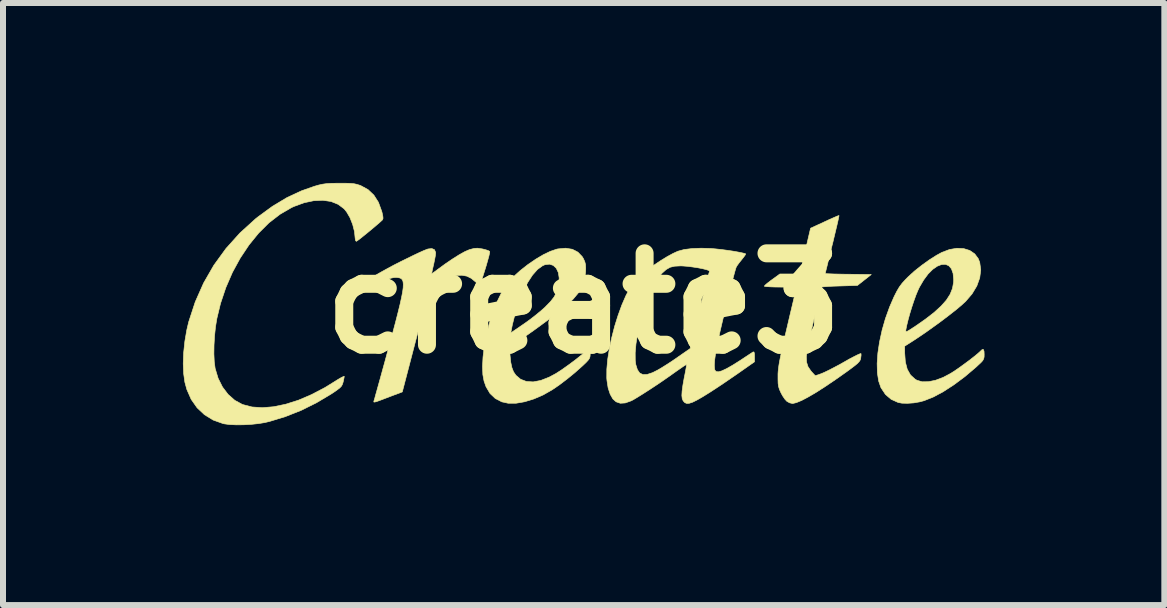
<source format=kicad_pcb>
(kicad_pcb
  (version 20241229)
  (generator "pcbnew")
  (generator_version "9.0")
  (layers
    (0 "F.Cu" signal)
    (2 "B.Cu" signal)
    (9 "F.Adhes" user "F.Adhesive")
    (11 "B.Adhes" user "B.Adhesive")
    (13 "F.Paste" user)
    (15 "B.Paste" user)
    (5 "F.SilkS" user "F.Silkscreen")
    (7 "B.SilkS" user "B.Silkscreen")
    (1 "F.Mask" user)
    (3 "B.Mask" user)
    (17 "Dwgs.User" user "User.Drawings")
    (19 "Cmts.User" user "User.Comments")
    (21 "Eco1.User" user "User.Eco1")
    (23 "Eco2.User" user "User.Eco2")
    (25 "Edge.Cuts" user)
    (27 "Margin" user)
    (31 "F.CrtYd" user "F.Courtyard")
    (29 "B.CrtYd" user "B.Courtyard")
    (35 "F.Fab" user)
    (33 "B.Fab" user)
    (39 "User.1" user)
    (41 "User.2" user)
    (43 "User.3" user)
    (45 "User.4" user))
  (footprint "create3"
    (layer "F.Cu")
    (at 6.681 2.008)
    (property "Reference" "create3" (at 0 0 0) (layer "F.SilkS") (effects (font (size 1.524 1.524) (thickness 0.3))))
    (attr through_hole)
    (fp_poly (pts (xy -1.708 -0.911) (xy -1.684 -0.907) (xy -1.626 -0.892) (xy -1.582 -0.876) (xy -1.567 -0.866) (xy -1.568 -0.844) (xy -1.579 -0.793) (xy -1.599 -0.72) (xy -1.624 -0.632) (xy -1.643 -0.57) (xy -1.731 -0.29) (xy -1.795 -0.352) (xy -1.873 -0.417) (xy -1.947 -0.454) (xy -2.029 -0.469) (xy -2.105 -0.467) (xy -2.215 -0.45) (xy -2.321 -0.411) (xy -2.344 -0.4) (xy -2.392 -0.377) (xy -2.433 -0.357) (xy -2.467 -0.338) (xy -2.497 -0.315) (xy -2.523 -0.286) (xy -2.547 -0.247) (xy -2.571 -0.197) (xy -2.595 -0.131) (xy -2.622 -0.047) (xy -2.652 0.059) (xy -2.688 0.189) (xy -2.729 0.347) (xy -2.778 0.536) (xy -2.799 0.615) (xy -3.024 1.476) (xy -3.231 1.554) (xy -3.333 1.593) (xy -3.407 1.621) (xy -3.455 1.638) (xy -3.484 1.645) (xy -3.497 1.645) (xy -3.499 1.638) (xy -3.496 1.625) (xy -3.495 1.621) (xy -3.487 1.596) (xy -3.472 1.54) (xy -3.449 1.458) (xy -3.42 1.354) (xy -3.386 1.232) (xy -3.349 1.097) (xy -3.319 0.989) (xy -3.25 0.734) (xy -3.189 0.512) (xy -3.138 0.32) (xy -3.096 0.156) (xy -3.062 0.018) (xy -3.037 -0.096) (xy -3.019 -0.188) (xy -3.009 -0.262) (xy -3.007 -0.319) (xy -3.011 -0.361) (xy -3.022 -0.391) (xy -3.039 -0.411) (xy -3.063 -0.423) (xy -3.092 -0.429) (xy -3.118 -0.432) (xy -3.162 -0.431) (xy -3.21 -0.421) (xy -3.271 -0.399) (xy -3.353 -0.361) (xy -3.369 -0.354) (xy -3.44 -0.32) (xy -3.499 -0.294) (xy -3.537 -0.279) (xy -3.549 -0.278) (xy -3.552 -0.299) (xy -3.548 -0.342) (xy -3.545 -0.36) (xy -3.539 -0.393) (xy -3.527 -0.419) (xy -3.505 -0.443) (xy -3.466 -0.471) (xy -3.404 -0.507) (xy -3.356 -0.534) (xy -3.267 -0.583) (xy -3.165 -0.638) (xy -3.055 -0.694) (xy -2.943 -0.749) (xy -2.837 -0.801) (xy -2.742 -0.846) (xy -2.664 -0.881) (xy -2.61 -0.902) (xy -2.596 -0.907) (xy -2.531 -0.914) (xy -2.487 -0.895) (xy -2.469 -0.852) (xy -2.468 -0.838) (xy -2.472 -0.798) (xy -2.484 -0.734) (xy -2.499 -0.66) (xy -2.503 -0.644) (xy -2.518 -0.577) (xy -2.529 -0.526) (xy -2.534 -0.498) (xy -2.534 -0.496) (xy -2.519 -0.504) (xy -2.483 -0.529) (xy -2.436 -0.564) (xy -2.309 -0.657) (xy -2.187 -0.74) (xy -2.076 -0.81) (xy -1.981 -0.863) (xy -1.907 -0.895) (xy -1.894 -0.899) (xy -1.827 -0.916) (xy -1.771 -0.92) (xy -1.708 -0.911)) (stroke (width 0.01) (type solid)) (fill yes) (layer "F.SilkS"))
    (fp_poly (pts (xy -0.189 -0.902) (xy -0.096 -0.854) (xy -0.024 -0.779) (xy -0.003 -0.744) (xy 0.019 -0.694) (xy 0.031 -0.647) (xy 0.034 -0.588) (xy 0.032 -0.523) (xy 0.015 -0.399) (xy -0.022 -0.287) (xy -0.084 -0.181) (xy -0.174 -0.073) (xy -0.231 -0.016) (xy -0.293 0.039) (xy -0.378 0.109) (xy -0.482 0.19) (xy -0.597 0.278) (xy -0.718 0.367) (xy -0.839 0.455) (xy -0.953 0.535) (xy -1.054 0.603) (xy -1.122 0.646) (xy -1.237 0.717) (xy -1.228 0.862) (xy -1.216 0.98) (xy -1.197 1.07) (xy -1.17 1.14) (xy -1.131 1.197) (xy -1.131 1.198) (xy -1.052 1.265) (xy -0.955 1.302) (xy -0.842 1.309) (xy -0.715 1.285) (xy -0.575 1.23) (xy -0.463 1.17) (xy -0.364 1.106) (xy -0.25 1.025) (xy -0.133 0.938) (xy -0.027 0.853) (xy -0.011 0.839) (xy 0.038 0.8) (xy 0.076 0.772) (xy 0.094 0.762) (xy 0.103 0.778) (xy 0.108 0.819) (xy 0.109 0.842) (xy 0.107 0.879) (xy 0.1 0.909) (xy 0.081 0.94) (xy 0.047 0.978) (xy -0.008 1.031) (xy -0.032 1.053) (xy -0.148 1.156) (xy -0.278 1.262) (xy -0.407 1.36) (xy -0.518 1.436) (xy -0.673 1.525) (xy -0.83 1.593) (xy -0.984 1.64) (xy -1.128 1.665) (xy -1.258 1.665) (xy -1.364 1.642) (xy -1.474 1.585) (xy -1.562 1.501) (xy -1.628 1.389) (xy -1.661 1.295) (xy -1.681 1.187) (xy -1.686 1.051) (xy -1.678 0.895) (xy -1.657 0.723) (xy -1.624 0.543) (xy -1.612 0.492) (xy -1.215 0.492) (xy -0.994 0.341) (xy -0.9 0.274) (xy -0.802 0.198) (xy -0.712 0.124) (xy -0.64 0.06) (xy -0.635 0.054) (xy -0.553 -0.03) (xy -0.496 -0.103) (xy -0.456 -0.174) (xy -0.43 -0.251) (xy -0.416 -0.315) (xy -0.408 -0.422) (xy -0.422 -0.513) (xy -0.456 -0.585) (xy -0.506 -0.633) (xy -0.57 -0.654) (xy -0.645 -0.645) (xy -0.686 -0.627) (xy -0.77 -0.566) (xy -0.853 -0.472) (xy -0.933 -0.349) (xy -1.009 -0.201) (xy -1.078 -0.033) (xy -1.138 0.153) (xy -1.188 0.352) (xy -1.204 0.432) (xy -1.215 0.492) (xy -1.612 0.492) (xy -1.58 0.36) (xy -1.532 0.202) (xy -1.455 -0.004) (xy -1.37 -0.178) (xy -1.275 -0.324) (xy -1.17 -0.445) (xy -1.056 -0.548) (xy -0.93 -0.647) (xy -0.8 -0.736) (xy -0.672 -0.812) (xy -0.553 -0.869) (xy -0.449 -0.904) (xy -0.43 -0.908) (xy -0.301 -0.92) (xy -0.189 -0.902)) (stroke (width 0.01) (type solid)) (fill yes) (layer "F.SilkS"))
    (fp_poly (pts (xy 6.337 -0.913) (xy 6.437 -0.882) (xy 6.519 -0.826) (xy 6.578 -0.747) (xy 6.603 -0.684) (xy 6.62 -0.558) (xy 6.603 -0.425) (xy 6.555 -0.291) (xy 6.475 -0.158) (xy 6.366 -0.031) (xy 6.363 -0.029) (xy 6.3 0.029) (xy 6.212 0.103) (xy 6.105 0.187) (xy 5.986 0.278) (xy 5.859 0.371) (xy 5.732 0.462) (xy 5.61 0.546) (xy 5.5 0.619) (xy 5.352 0.713) (xy 5.352 0.827) (xy 5.363 0.977) (xy 5.395 1.099) (xy 5.449 1.194) (xy 5.526 1.264) (xy 5.557 1.282) (xy 5.642 1.307) (xy 5.747 1.306) (xy 5.866 1.282) (xy 5.994 1.234) (xy 6.118 1.168) (xy 6.18 1.129) (xy 6.257 1.076) (xy 6.34 1.016) (xy 6.424 0.954) (xy 6.501 0.894) (xy 6.564 0.843) (xy 6.606 0.806) (xy 6.612 0.799) (xy 6.645 0.769) (xy 6.665 0.769) (xy 6.675 0.801) (xy 6.677 0.851) (xy 6.676 0.893) (xy 6.669 0.924) (xy 6.653 0.954) (xy 6.622 0.988) (xy 6.57 1.036) (xy 6.539 1.065) (xy 6.354 1.222) (xy 6.171 1.358) (xy 5.995 1.472) (xy 5.829 1.561) (xy 5.676 1.622) (xy 5.606 1.641) (xy 5.504 1.659) (xy 5.4 1.666) (xy 5.307 1.664) (xy 5.243 1.652) (xy 5.126 1.599) (xy 5.032 1.519) (xy 4.958 1.408) (xy 4.956 1.404) (xy 4.918 1.295) (xy 4.897 1.159) (xy 4.893 1.002) (xy 4.905 0.828) (xy 4.933 0.642) (xy 4.972 0.464) (xy 5.37 0.464) (xy 5.376 0.471) (xy 5.396 0.465) (xy 5.434 0.443) (xy 5.497 0.402) (xy 5.518 0.389) (xy 5.696 0.265) (xy 5.842 0.152) (xy 5.958 0.046) (xy 6.047 -0.054) (xy 6.11 -0.152) (xy 6.149 -0.25) (xy 6.167 -0.35) (xy 6.169 -0.393) (xy 6.159 -0.5) (xy 6.131 -0.578) (xy 6.087 -0.628) (xy 6.032 -0.651) (xy 5.967 -0.648) (xy 5.895 -0.62) (xy 5.819 -0.567) (xy 5.742 -0.49) (xy 5.668 -0.39) (xy 5.597 -0.269) (xy 5.571 -0.213) (xy 5.539 -0.136) (xy 5.505 -0.041) (xy 5.47 0.064) (xy 5.437 0.172) (xy 5.409 0.274) (xy 5.387 0.364) (xy 5.373 0.433) (xy 5.37 0.464) (xy 4.972 0.464) (xy 4.975 0.448) (xy 5.031 0.253) (xy 5.101 0.059) (xy 5.174 -0.109) (xy 5.221 -0.202) (xy 5.263 -0.273) (xy 5.309 -0.335) (xy 5.368 -0.4) (xy 5.413 -0.445) (xy 5.516 -0.539) (xy 5.636 -0.634) (xy 5.761 -0.724) (xy 5.882 -0.801) (xy 5.97 -0.849) (xy 6.099 -0.898) (xy 6.223 -0.919) (xy 6.337 -0.913)) (stroke (width 0.01) (type solid)) (fill yes) (layer "F.SilkS"))
    (fp_poly (pts (xy -3.967 -2.003) (xy -3.889 -2) (xy -3.83 -1.995) (xy -3.783 -1.985) (xy -3.738 -1.971) (xy -3.716 -1.963) (xy -3.595 -1.897) (xy -3.498 -1.805) (xy -3.422 -1.686) (xy -3.368 -1.538) (xy -3.363 -1.522) (xy -3.349 -1.458) (xy -3.345 -1.419) (xy -3.352 -1.396) (xy -3.359 -1.388) (xy -3.407 -1.344) (xy -3.469 -1.291) (xy -3.538 -1.233) (xy -3.608 -1.175) (xy -3.675 -1.121) (xy -3.731 -1.076) (xy -3.772 -1.046) (xy -3.791 -1.034) (xy -3.791 -1.034) (xy -3.804 -1.05) (xy -3.81 -1.088) (xy -3.821 -1.198) (xy -3.851 -1.315) (xy -3.896 -1.429) (xy -3.952 -1.525) (xy -3.994 -1.577) (xy -4.093 -1.651) (xy -4.212 -1.699) (xy -4.349 -1.719) (xy -4.5 -1.712) (xy -4.661 -1.678) (xy -4.83 -1.616) (xy -4.871 -1.597) (xy -5.062 -1.486) (xy -5.246 -1.344) (xy -5.419 -1.172) (xy -5.58 -0.974) (xy -5.726 -0.755) (xy -5.856 -0.517) (xy -5.966 -0.263) (xy -6.055 0.002) (xy -6.115 0.25) (xy -6.138 0.39) (xy -6.154 0.542) (xy -6.163 0.695) (xy -6.165 0.842) (xy -6.159 0.973) (xy -6.145 1.078) (xy -6.144 1.085) (xy -6.095 1.248) (xy -6.022 1.394) (xy -5.928 1.518) (xy -5.817 1.616) (xy -5.692 1.684) (xy -5.684 1.687) (xy -5.53 1.727) (xy -5.357 1.739) (xy -5.168 1.723) (xy -4.967 1.681) (xy -4.755 1.614) (xy -4.538 1.521) (xy -4.316 1.405) (xy -4.159 1.308) (xy -4.092 1.266) (xy -4.038 1.235) (xy -4.002 1.218) (xy -3.991 1.217) (xy -3.996 1.245) (xy -4.006 1.293) (xy -4.011 1.314) (xy -4.022 1.349) (xy -4.037 1.378) (xy -4.063 1.406) (xy -4.106 1.44) (xy -4.17 1.485) (xy -4.215 1.514) (xy -4.455 1.657) (xy -4.711 1.784) (xy -4.974 1.888) (xy -5.233 1.967) (xy -5.316 1.987) (xy -5.42 2.004) (xy -5.542 2.017) (xy -5.669 2.024) (xy -5.794 2.025) (xy -5.905 2.02) (xy -5.994 2.008) (xy -6.012 2.004) (xy -6.177 1.945) (xy -6.322 1.856) (xy -6.445 1.74) (xy -6.544 1.599) (xy -6.616 1.435) (xy -6.649 1.314) (xy -6.669 1.171) (xy -6.676 1.004) (xy -6.669 0.821) (xy -6.649 0.632) (xy -6.617 0.445) (xy -6.585 0.309) (xy -6.476 -0.024) (xy -6.336 -0.34) (xy -6.165 -0.637) (xy -5.963 -0.915) (xy -5.731 -1.173) (xy -5.47 -1.41) (xy -5.431 -1.441) (xy -5.189 -1.618) (xy -4.948 -1.763) (xy -4.703 -1.877) (xy -4.49 -1.952) (xy -4.417 -1.973) (xy -4.354 -1.987) (xy -4.29 -1.996) (xy -4.213 -2.001) (xy -4.115 -2.003) (xy -4.073 -2.003) (xy -3.967 -2.003)) (stroke (width 0.01) (type solid)) (fill yes) (layer "F.SilkS"))
    (fp_poly (pts (xy 4.254 -1.446) (xy 4.244 -1.396) (xy 4.227 -1.321) (xy 4.204 -1.225) (xy 4.177 -1.112) (xy 4.147 -0.986) (xy 4.145 -0.981) (xy 4.114 -0.856) (xy 4.086 -0.742) (xy 4.063 -0.644) (xy 4.044 -0.568) (xy 4.032 -0.518) (xy 4.028 -0.498) (xy 4.028 -0.498) (xy 4.045 -0.495) (xy 4.093 -0.493) (xy 4.167 -0.49) (xy 4.262 -0.488) (xy 4.371 -0.486) (xy 4.411 -0.486) (xy 4.795 -0.481) (xy 4.564 -0.299) (xy 4.27 -0.29) (xy 4.171 -0.287) (xy 4.085 -0.283) (xy 4.019 -0.278) (xy 3.978 -0.274) (xy 3.969 -0.272) (xy 3.963 -0.252) (xy 3.95 -0.202) (xy 3.931 -0.126) (xy 3.908 -0.032) (xy 3.883 0.076) (xy 3.856 0.193) (xy 3.828 0.313) (xy 3.801 0.431) (xy 3.776 0.542) (xy 3.755 0.639) (xy 3.738 0.719) (xy 3.727 0.775) (xy 3.727 0.775) (xy 3.712 0.889) (xy 3.716 0.979) (xy 3.74 1.055) (xy 3.787 1.124) (xy 3.8 1.14) (xy 3.861 1.206) (xy 3.962 1.172) (xy 4.011 1.151) (xy 4.084 1.116) (xy 4.173 1.07) (xy 4.271 1.018) (xy 4.34 0.979) (xy 4.429 0.928) (xy 4.508 0.887) (xy 4.57 0.856) (xy 4.61 0.839) (xy 4.624 0.837) (xy 4.625 0.866) (xy 4.619 0.912) (xy 4.618 0.917) (xy 4.611 0.944) (xy 4.594 0.97) (xy 4.565 1.001) (xy 4.518 1.04) (xy 4.449 1.092) (xy 4.385 1.139) (xy 4.199 1.27) (xy 4.029 1.385) (xy 3.878 1.482) (xy 3.745 1.56) (xy 3.635 1.618) (xy 3.548 1.654) (xy 3.487 1.669) (xy 3.481 1.669) (xy 3.433 1.658) (xy 3.387 1.632) (xy 3.354 1.596) (xy 3.316 1.54) (xy 3.29 1.492) (xy 3.265 1.437) (xy 3.25 1.389) (xy 3.242 1.335) (xy 3.24 1.264) (xy 3.24 1.216) (xy 3.24 1.175) (xy 3.243 1.132) (xy 3.248 1.086) (xy 3.255 1.032) (xy 3.266 0.967) (xy 3.281 0.89) (xy 3.301 0.796) (xy 3.326 0.683) (xy 3.356 0.549) (xy 3.394 0.389) (xy 3.438 0.201) (xy 3.49 -0.018) (xy 3.517 -0.132) (xy 3.551 -0.272) (xy 3.281 -0.272) (xy 3.187 -0.273) (xy 3.107 -0.276) (xy 3.048 -0.28) (xy 3.016 -0.285) (xy 3.012 -0.287) (xy 3.025 -0.304) (xy 3.062 -0.336) (xy 3.115 -0.377) (xy 3.141 -0.396) (xy 3.271 -0.49) (xy 3.607 -0.49) (xy 3.647 -0.667) (xy 3.669 -0.764) (xy 3.695 -0.878) (xy 3.722 -0.992) (xy 3.735 -1.048) (xy 3.783 -1.253) (xy 4.017 -1.361) (xy 4.101 -1.4) (xy 4.172 -1.431) (xy 4.225 -1.454) (xy 4.254 -1.464) (xy 4.257 -1.464) (xy 4.254 -1.446)) (stroke (width 0.01) (type solid)) (fill yes) (layer "F.SilkS"))
    (fp_poly (pts (xy 2.126 -0.915) (xy 2.203 -0.908) (xy 2.296 -0.898) (xy 2.394 -0.885) (xy 2.489 -0.871) (xy 2.574 -0.856) (xy 2.643 -0.842) (xy 2.688 -0.831) (xy 2.701 -0.825) (xy 2.694 -0.808) (xy 2.669 -0.773) (xy 2.636 -0.731) (xy 2.594 -0.679) (xy 2.56 -0.632) (xy 2.545 -0.608) (xy 2.534 -0.578) (xy 2.517 -0.518) (xy 2.494 -0.432) (xy 2.466 -0.326) (xy 2.435 -0.205) (xy 2.402 -0.073) (xy 2.369 0.065) (xy 2.336 0.203) (xy 2.304 0.338) (xy 2.275 0.462) (xy 2.251 0.573) (xy 2.231 0.664) (xy 2.223 0.703) (xy 2.198 0.843) (xy 2.183 0.951) (xy 2.178 1.032) (xy 2.182 1.09) (xy 2.188 1.114) (xy 2.209 1.137) (xy 2.247 1.141) (xy 2.304 1.125) (xy 2.383 1.088) (xy 2.485 1.03) (xy 2.612 0.95) (xy 2.698 0.893) (xy 2.754 0.856) (xy 2.8 0.826) (xy 2.826 0.809) (xy 2.84 0.811) (xy 2.847 0.84) (xy 2.848 0.885) (xy 2.848 0.974) (xy 2.563 1.174) (xy 2.458 1.246) (xy 2.35 1.32) (xy 2.247 1.389) (xy 2.157 1.448) (xy 2.105 1.482) (xy 1.984 1.557) (xy 1.888 1.612) (xy 1.815 1.648) (xy 1.759 1.666) (xy 1.717 1.668) (xy 1.685 1.654) (xy 1.66 1.626) (xy 1.658 1.623) (xy 1.643 1.588) (xy 1.637 1.536) (xy 1.641 1.464) (xy 1.654 1.367) (xy 1.676 1.242) (xy 1.687 1.188) (xy 1.701 1.116) (xy 1.711 1.059) (xy 1.715 1.025) (xy 1.715 1.019) (xy 1.699 1.027) (xy 1.659 1.052) (xy 1.603 1.091) (xy 1.541 1.134) (xy 1.433 1.211) (xy 1.318 1.291) (xy 1.201 1.37) (xy 1.087 1.445) (xy 0.982 1.512) (xy 0.892 1.568) (xy 0.823 1.609) (xy 0.789 1.626) (xy 0.693 1.66) (xy 0.611 1.665) (xy 0.541 1.641) (xy 0.487 1.593) (xy 0.442 1.514) (xy 0.408 1.411) (xy 0.389 1.289) (xy 0.385 1.246) (xy 0.386 1.097) (xy 0.401 0.93) (xy 0.418 0.824) (xy 0.859 0.824) (xy 0.86 0.952) (xy 0.869 1.02) (xy 0.896 1.106) (xy 0.934 1.161) (xy 0.988 1.187) (xy 1.058 1.185) (xy 1.149 1.155) (xy 1.234 1.112) (xy 1.294 1.077) (xy 1.374 1.027) (xy 1.464 0.969) (xy 1.553 0.908) (xy 1.564 0.9) (xy 1.776 0.753) (xy 1.833 0.508) (xy 1.851 0.433) (xy 1.874 0.337) (xy 1.902 0.227) (xy 1.932 0.107) (xy 1.963 -0.017) (xy 1.994 -0.139) (xy 2.023 -0.254) (xy 2.05 -0.357) (xy 2.072 -0.441) (xy 2.088 -0.502) (xy 2.098 -0.534) (xy 2.099 -0.536) (xy 2.086 -0.549) (xy 2.044 -0.563) (xy 1.98 -0.579) (xy 1.902 -0.594) (xy 1.816 -0.607) (xy 1.73 -0.618) (xy 1.65 -0.624) (xy 1.615 -0.625) (xy 1.516 -0.62) (xy 1.441 -0.602) (xy 1.376 -0.565) (xy 1.309 -0.505) (xy 1.308 -0.505) (xy 1.239 -0.418) (xy 1.171 -0.301) (xy 1.104 -0.16) (xy 1.042 -0.002) (xy 0.986 0.166) (xy 0.938 0.34) (xy 0.899 0.511) (xy 0.872 0.675) (xy 0.859 0.824) (xy 0.418 0.824) (xy 0.429 0.751) (xy 0.469 0.566) (xy 0.517 0.38) (xy 0.574 0.199) (xy 0.636 0.028) (xy 0.703 -0.126) (xy 0.772 -0.259) (xy 0.843 -0.364) (xy 0.883 -0.41) (xy 0.958 -0.477) (xy 1.054 -0.553) (xy 1.163 -0.632) (xy 1.278 -0.709) (xy 1.39 -0.778) (xy 1.491 -0.833) (xy 1.572 -0.87) (xy 1.573 -0.87) (xy 1.675 -0.898) (xy 1.806 -0.914) (xy 1.959 -0.92) (xy 2.126 -0.915)) (stroke (width 0.01) (type solid)) (fill yes) (layer "F.SilkS")))
  (gr_rect
    (start -3 -3)
    (end 16.362 7.038)
    (stroke (width 0.1) (type default))
    (fill no)
    (layer "Edge.Cuts")))
</source>
